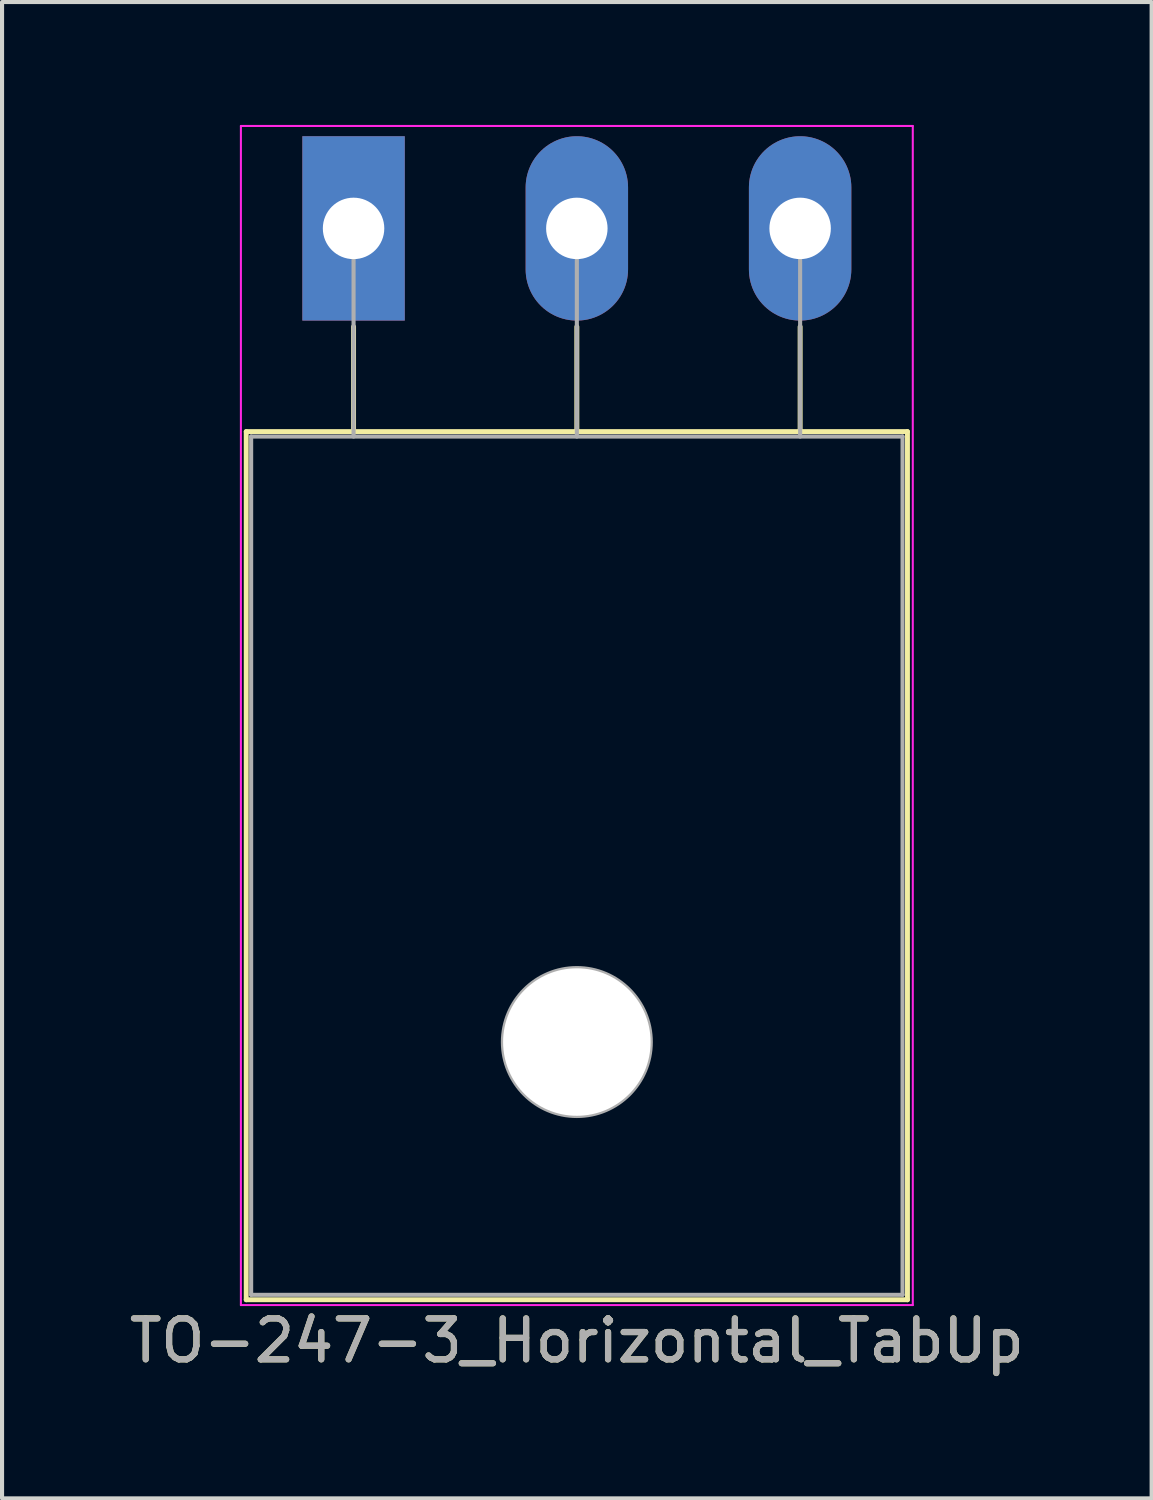
<source format=kicad_pcb>
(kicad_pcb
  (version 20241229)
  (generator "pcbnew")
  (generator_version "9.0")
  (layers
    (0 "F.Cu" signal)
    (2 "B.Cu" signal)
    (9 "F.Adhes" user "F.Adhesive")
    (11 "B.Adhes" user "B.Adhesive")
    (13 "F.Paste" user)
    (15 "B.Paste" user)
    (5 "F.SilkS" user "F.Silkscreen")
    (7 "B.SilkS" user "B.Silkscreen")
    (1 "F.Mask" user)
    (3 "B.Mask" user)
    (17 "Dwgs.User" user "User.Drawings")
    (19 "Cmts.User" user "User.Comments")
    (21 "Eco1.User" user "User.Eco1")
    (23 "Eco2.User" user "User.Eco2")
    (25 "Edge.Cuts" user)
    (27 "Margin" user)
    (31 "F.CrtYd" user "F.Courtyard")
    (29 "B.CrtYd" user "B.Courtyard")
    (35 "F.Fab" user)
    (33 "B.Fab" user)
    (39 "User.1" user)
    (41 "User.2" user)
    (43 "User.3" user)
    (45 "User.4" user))
  (footprint "TO-247-3_Horizontal_TabUp"
    (layer "F.Cu")
    (at 5.58 2.525)
    (property "Reference" "TO-247-3_Horizontal_TabUp" (at 5.45 27.15 0) (layer "F.SilkS") (effects (font (size 1 1) (thickness 0.15))))
    (attr through_hole)
    (fp_line (start -2.62 4.96) (end -2.62 26.15) (stroke (width 0.12) (type solid)) (layer "F.SilkS"))
    (fp_line (start -2.62 4.96) (end 13.52 4.96) (stroke (width 0.12) (type solid)) (layer "F.SilkS"))
    (fp_line (start -2.62 26.15) (end 13.52 26.15) (stroke (width 0.12) (type solid)) (layer "F.SilkS"))
    (fp_line (start 0 2.4) (end 0 4.96) (stroke (width 0.12) (type solid)) (layer "F.SilkS"))
    (fp_line (start 5.45 2.4) (end 5.45 4.96) (stroke (width 0.12) (type solid)) (layer "F.SilkS"))
    (fp_line (start 10.9 2.4) (end 10.9 4.96) (stroke (width 0.12) (type solid)) (layer "F.SilkS"))
    (fp_line (start 13.52 4.96) (end 13.52 26.15) (stroke (width 0.12) (type solid)) (layer "F.SilkS"))
    (fp_line (start -2.75 -2.5) (end -2.75 26.28) (stroke (width 0.05) (type solid)) (layer "F.CrtYd"))
    (fp_line (start -2.75 26.28) (end 13.65 26.28) (stroke (width 0.05) (type solid)) (layer "F.CrtYd"))
    (fp_line (start 13.65 -2.5) (end -2.75 -2.5) (stroke (width 0.05) (type solid)) (layer "F.CrtYd"))
    (fp_line (start 13.65 26.28) (end 13.65 -2.5) (stroke (width 0.05) (type solid)) (layer "F.CrtYd"))
    (fp_line (start -2.5 5.08) (end -2.5 26.03) (stroke (width 0.1) (type solid)) (layer "F.Fab"))
    (fp_line (start -2.5 26.03) (end 13.4 26.03) (stroke (width 0.1) (type solid)) (layer "F.Fab"))
    (fp_line (start 0 5.08) (end 0 0) (stroke (width 0.1) (type solid)) (layer "F.Fab"))
    (fp_line (start 5.45 5.08) (end 5.45 0) (stroke (width 0.1) (type solid)) (layer "F.Fab"))
    (fp_line (start 10.9 5.08) (end 10.9 0) (stroke (width 0.1) (type solid)) (layer "F.Fab"))
    (fp_line (start 13.4 5.08) (end -2.5 5.08) (stroke (width 0.1) (type solid)) (layer "F.Fab"))
    (fp_line (start 13.4 26.03) (end 13.4 5.08) (stroke (width 0.1) (type solid)) (layer "F.Fab"))
    (fp_circle (center 5.45 19.86) (end 7.255 19.86) (stroke (width 0.1) (type solid)) (fill no) (layer "F.Fab"))
    (fp_text user "${REFERENCE}" (at 5.45 27.15 0) (layer "F.Fab") (effects (font (size 1 1) (thickness 0.15))))
    (pad "" np_thru_hole oval (at 5.45 19.86) (size 3.6 3.6) (drill 3.6) (layers "*.Cu" "*.Mask"))
    (pad "1" thru_hole rect (at 0 0) (size 2.5 4.5) (drill 1.5) (layers "*.Cu" "*.Mask"))
    (pad "2" thru_hole oval (at 5.45 0) (size 2.5 4.5) (drill 1.5) (layers "*.Cu" "*.Mask"))
    (pad "3" thru_hole oval (at 10.9 0) (size 2.5 4.5) (drill 1.5) (layers "*.Cu" "*.Mask")))
  (gr_rect
    (start -3 -3)
    (end 25.06 33.523)
    (stroke (width 0.1) (type default))
    (fill no)
    (layer "Edge.Cuts")))
</source>
